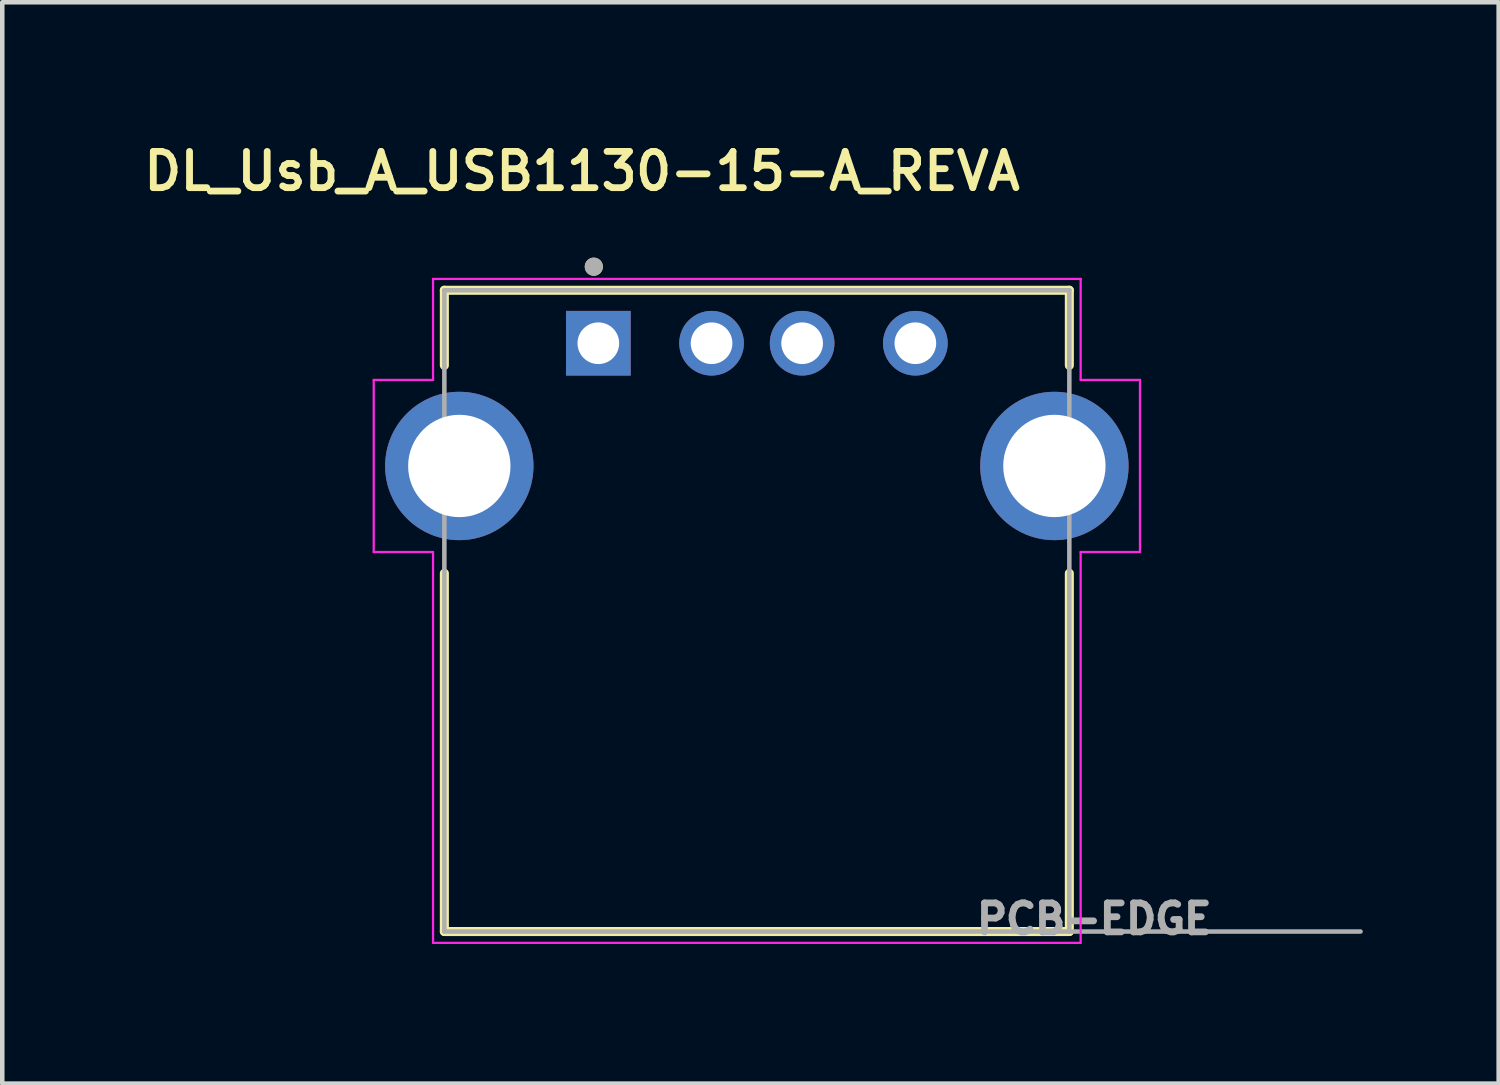
<source format=kicad_pcb>
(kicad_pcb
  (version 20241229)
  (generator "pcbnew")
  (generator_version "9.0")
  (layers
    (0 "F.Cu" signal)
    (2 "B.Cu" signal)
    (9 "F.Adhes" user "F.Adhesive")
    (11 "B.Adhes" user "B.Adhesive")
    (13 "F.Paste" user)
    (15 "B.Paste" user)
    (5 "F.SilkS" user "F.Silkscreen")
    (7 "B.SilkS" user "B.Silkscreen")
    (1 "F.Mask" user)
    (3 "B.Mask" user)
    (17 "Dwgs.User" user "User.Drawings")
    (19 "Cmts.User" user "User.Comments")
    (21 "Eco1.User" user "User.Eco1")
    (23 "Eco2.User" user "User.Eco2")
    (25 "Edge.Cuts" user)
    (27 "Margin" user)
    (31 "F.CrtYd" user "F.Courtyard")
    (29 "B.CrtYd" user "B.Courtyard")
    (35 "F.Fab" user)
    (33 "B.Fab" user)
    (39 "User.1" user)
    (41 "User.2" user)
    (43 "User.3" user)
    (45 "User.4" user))
  (footprint "DL_Usb_A_USB1130-15-A_REVA"
    (layer "F.Cu")
    (at 13.662 7.239)
    (property "Reference" "DL_Usb_A_USB1130-15-A_REVA" (at -3.86 -6.508 0) (layer "F.SilkS") (effects (font (size 0.8 0.8) (thickness 0.15))))
    (attr through_hole)
    (fp_line (start -6.9 -3.88) (end -6.9 -2.22) (stroke (width 0.2) (type solid)) (layer "F.SilkS"))
    (fp_line (start -6.9 2.37) (end -6.9 10.28) (stroke (width 0.2) (type solid)) (layer "F.SilkS"))
    (fp_line (start -6.9 10.28) (end 6.9 10.28) (stroke (width 0.2) (type solid)) (layer "F.SilkS"))
    (fp_line (start 6.9 -3.88) (end -6.9 -3.88) (stroke (width 0.2) (type solid)) (layer "F.SilkS"))
    (fp_line (start 6.9 -3.88) (end 6.9 -2.22) (stroke (width 0.2) (type solid)) (layer "F.SilkS"))
    (fp_line (start 6.9 2.37) (end 6.9 10.28) (stroke (width 0.2) (type solid)) (layer "F.SilkS"))
    (fp_circle (center -3.6 -4.4) (end -3.5 -4.4) (stroke (width 0.2) (type solid)) (fill no) (layer "F.SilkS"))
    (fp_line (start -8.46 -1.9) (end -7.15 -1.9) (stroke (width 0.05) (type solid)) (layer "F.CrtYd"))
    (fp_line (start -8.46 1.9) (end -8.46 -1.9) (stroke (width 0.05) (type solid)) (layer "F.CrtYd"))
    (fp_line (start -7.15 -4.13) (end 7.15 -4.13) (stroke (width 0.05) (type solid)) (layer "F.CrtYd"))
    (fp_line (start -7.15 -1.9) (end -7.15 -4.13) (stroke (width 0.05) (type solid)) (layer "F.CrtYd"))
    (fp_line (start -7.15 1.9) (end -8.46 1.9) (stroke (width 0.05) (type solid)) (layer "F.CrtYd"))
    (fp_line (start -7.15 10.53) (end -7.15 1.9) (stroke (width 0.05) (type solid)) (layer "F.CrtYd"))
    (fp_line (start 7.15 -4.13) (end 7.15 -1.9) (stroke (width 0.05) (type solid)) (layer "F.CrtYd"))
    (fp_line (start 7.15 -1.9) (end 8.46 -1.9) (stroke (width 0.05) (type solid)) (layer "F.CrtYd"))
    (fp_line (start 7.15 1.9) (end 7.15 10.53) (stroke (width 0.05) (type solid)) (layer "F.CrtYd"))
    (fp_line (start 7.15 10.53) (end -7.15 10.53) (stroke (width 0.05) (type solid)) (layer "F.CrtYd"))
    (fp_line (start 8.46 -1.9) (end 8.46 1.9) (stroke (width 0.05) (type solid)) (layer "F.CrtYd"))
    (fp_line (start 8.46 1.9) (end 7.15 1.9) (stroke (width 0.05) (type solid)) (layer "F.CrtYd"))
    (fp_line (start -6.9 -3.88) (end -6.9 10.28) (stroke (width 0.1) (type solid)) (layer "F.Fab"))
    (fp_line (start -6.9 10.28) (end 6.9 10.28) (stroke (width 0.1) (type solid)) (layer "F.Fab"))
    (fp_line (start 6.9 -3.88) (end -6.9 -3.88) (stroke (width 0.1) (type solid)) (layer "F.Fab"))
    (fp_line (start 6.9 10.28) (end 6.9 -3.88) (stroke (width 0.1) (type solid)) (layer "F.Fab"))
    (fp_line (start 6.9 10.28) (end 13.33 10.28) (stroke (width 0.1) (type solid)) (layer "F.Fab"))
    (fp_circle (center -3.6 -4.4) (end -3.5 -4.4) (stroke (width 0.2) (type solid)) (fill no) (layer "F.Fab"))
    (fp_text user "PCB-EDGE" (at 7.45 10 0) (layer "F.Fab") (effects (font (size 0.64 0.64) (thickness 0.15))))
    (pad "1" thru_hole rect (at -3.5 -2.71) (size 1.428 1.428) (drill 0.92) (layers "*.Cu" "*.Mask"))
    (pad "2" thru_hole circle (at -1 -2.71) (size 1.428 1.428) (drill 0.92) (layers "*.Cu" "*.Mask"))
    (pad "3" thru_hole circle (at 1 -2.71) (size 1.428 1.428) (drill 0.92) (layers "*.Cu" "*.Mask"))
    (pad "4" thru_hole circle (at 3.5 -2.71) (size 1.428 1.428) (drill 0.92) (layers "*.Cu" "*.Mask"))
    (pad "S1" thru_hole circle (at -6.57 0) (size 3.276 3.276) (drill 2.26) (layers "*.Cu" "*.Mask"))
    (pad "S2" thru_hole circle (at 6.57 0) (size 3.276 3.276) (drill 2.26) (layers "*.Cu" "*.Mask")))
  (gr_rect
    (start -3 -3)
    (end 30.042 20.877)
    (stroke (width 0.1) (type default))
    (fill no)
    (layer "Edge.Cuts")))
</source>
